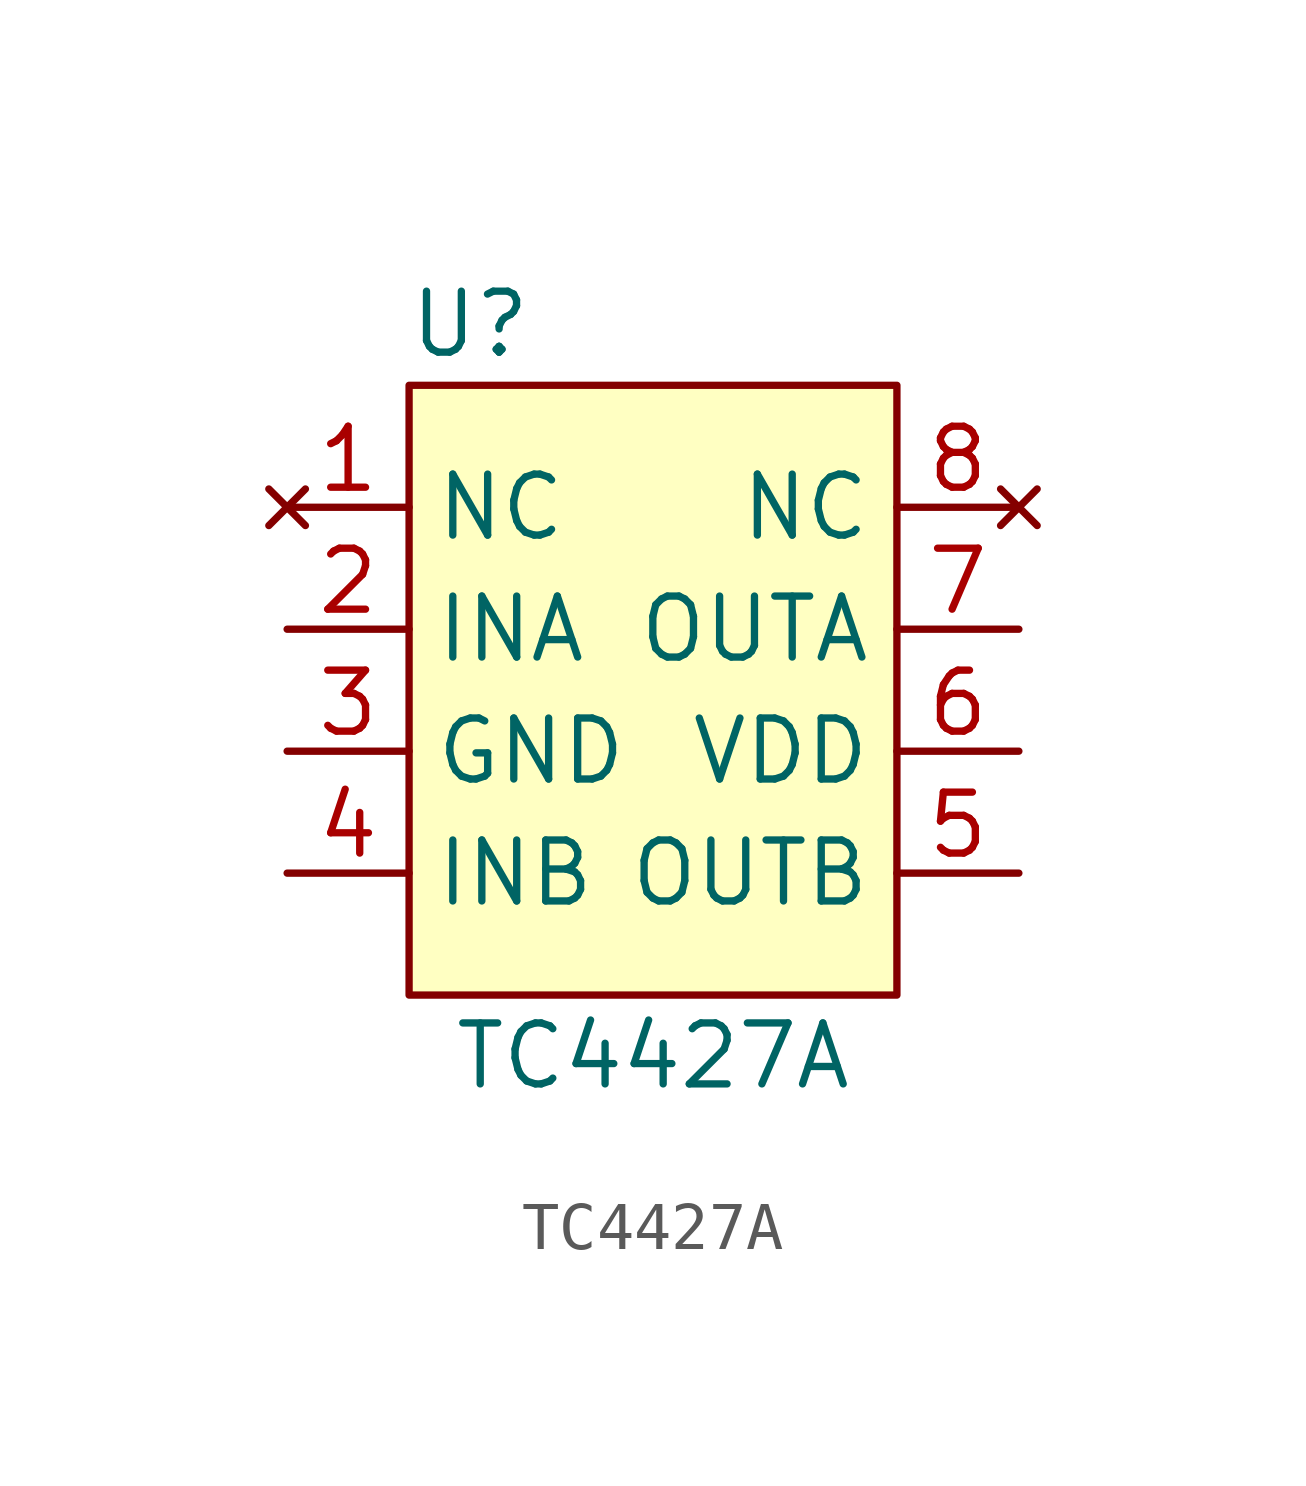
<source format=kicad_sym>
(kicad_symbol_lib
  (version 20211014)
  (generator kicad_symbol_editor)
  (symbol "TC4427A"
    (property "Reference" "U"
      (at -3.81 6.35 0)
      (effects (font (size 1.27 1.27))))
    (property "Value" "TC4427A"
      (at 0 -8.89 0)
      (effects (font (size 1.27 1.27))))
    (symbol "TC4427A_0_1"
      (rectangle (start -5.08 5.08) (end 5.08 -7.62) (stroke (width 0) (type default) (color 0 0 0 0)) (fill (type background))))
    (symbol "TC4427A_1_1"
      (pin no_connect line (at -7.62 2.54 0) (length 2.54) (name "NC" (effects (font (size 1.27 1.27)))) (number "1" (effects (font (size 1.27 1.27)))))
      (pin input line (at -7.62 0 0) (length 2.54) (name "INA" (effects (font (size 1.27 1.27)))) (number "2" (effects (font (size 1.27 1.27)))))
      (pin unspecified line (at -7.62 -2.54 0) (length 2.54) (name "GND" (effects (font (size 1.27 1.27)))) (number "3" (effects (font (size 1.27 1.27)))))
      (pin input line (at -7.62 -5.08 0) (length 2.54) (name "INB" (effects (font (size 1.27 1.27)))) (number "4" (effects (font (size 1.27 1.27)))))
      (pin output line (at 7.62 -5.08 180) (length 2.54) (name "OUTB" (effects (font (size 1.27 1.27)))) (number "5" (effects (font (size 1.27 1.27)))))
      (pin power_in line (at 7.62 -2.54 180) (length 2.54) (name "VDD" (effects (font (size 1.27 1.27)))) (number "6" (effects (font (size 1.27 1.27)))))
      (pin output line (at 7.62 0 180) (length 2.54) (name "OUTA" (effects (font (size 1.27 1.27)))) (number "7" (effects (font (size 1.27 1.27)))))
      (pin no_connect line (at 7.62 2.54 180) (length 2.54) (name "NC" (effects (font (size 1.27 1.27)))) (number "8" (effects (font (size 1.27 1.27))))))))
</source>
